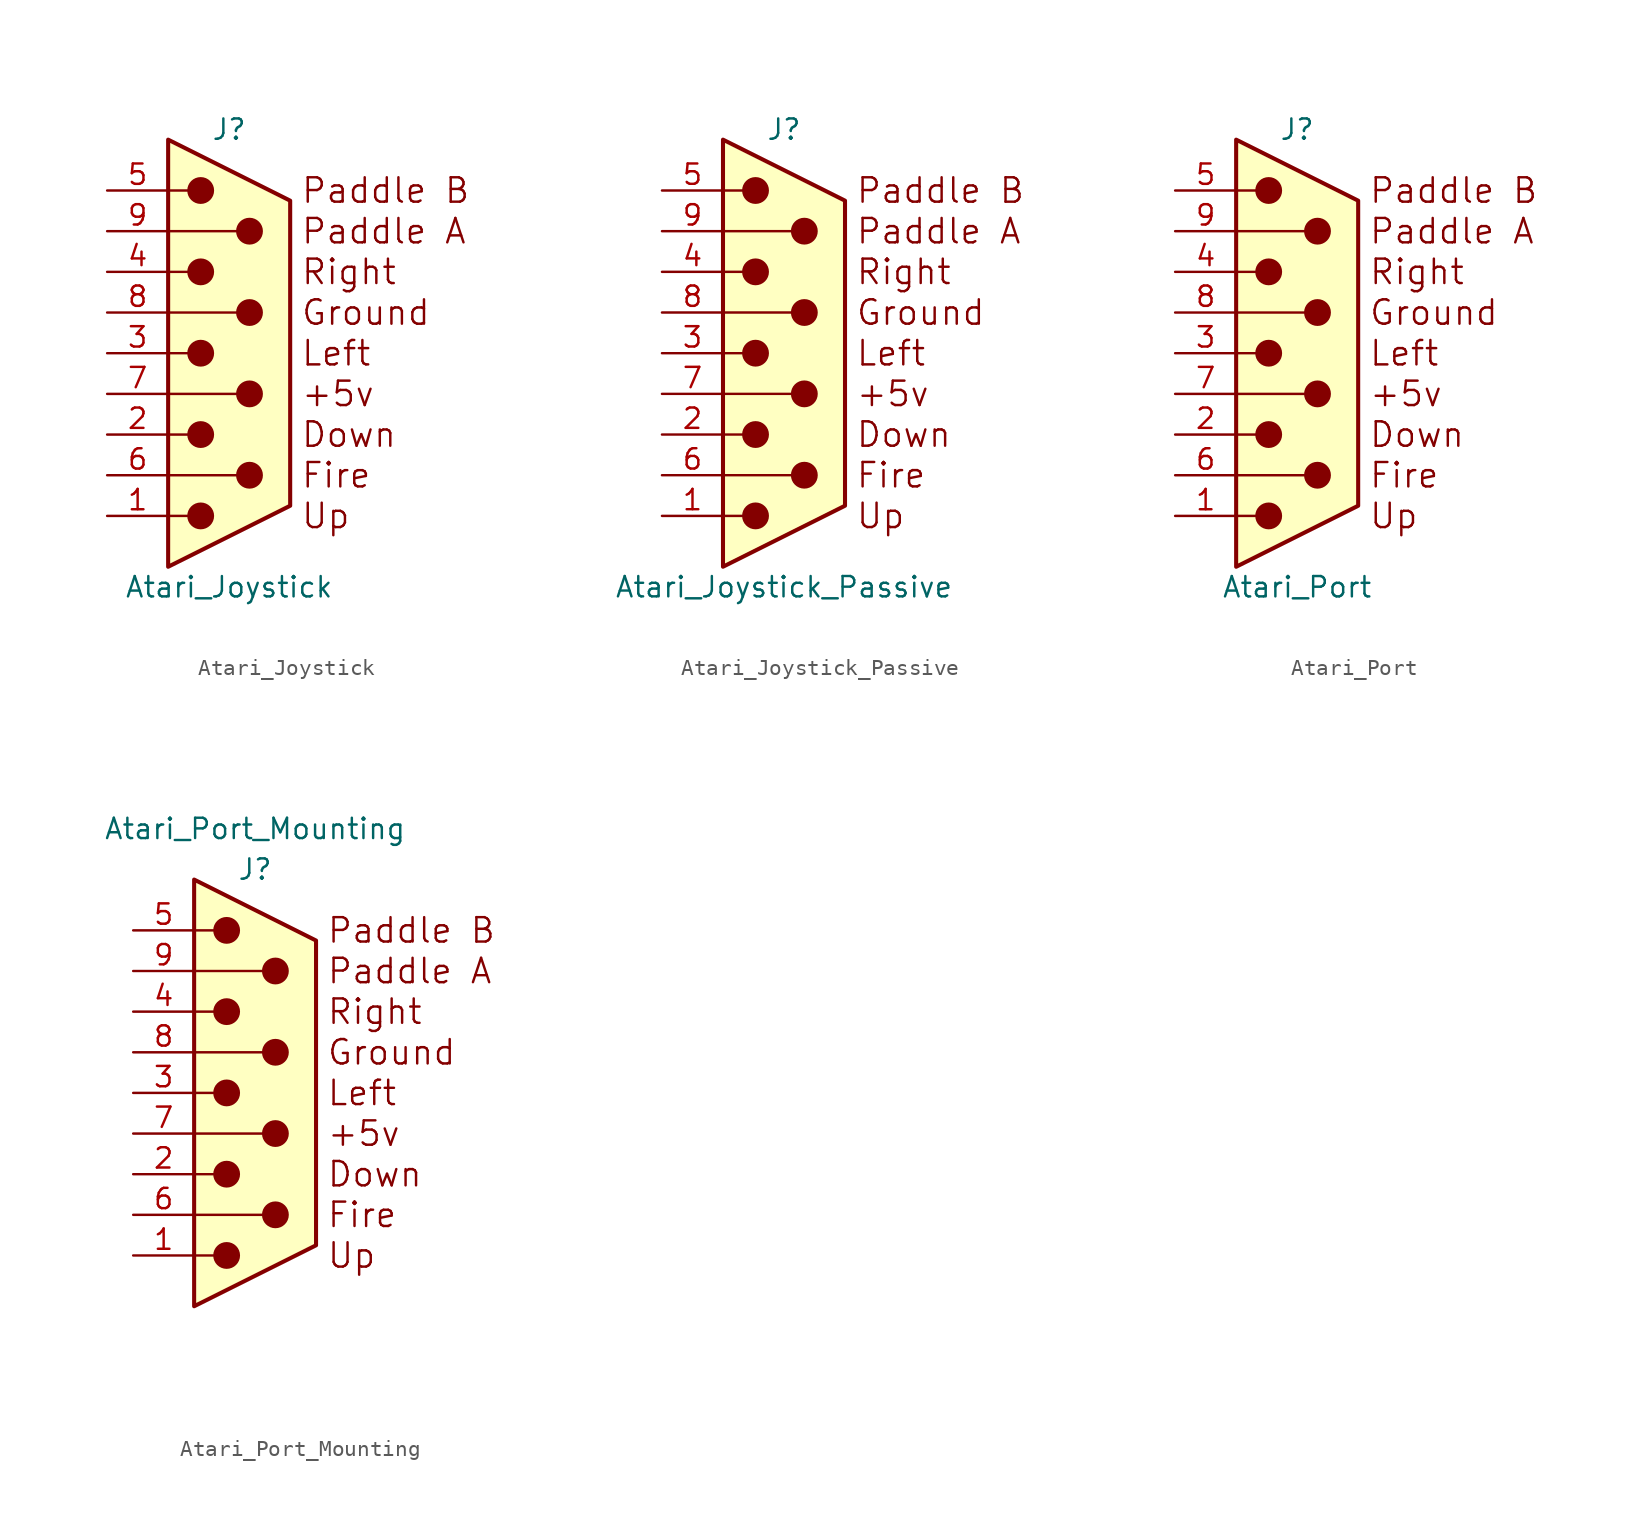
<source format=kicad_sym>
(kicad_symbol_lib
  (version 20231120)
  (generator "kicad_symbol_editor")
  (generator_version "8.0")
  (symbol "Atari_Joystick"
    (pin_names
      (offset 1.016) hide)
    (property "Reference" "J"
      (at 0 13.97 0)
      (effects (font (size 1.27 1.27))))
    (property "Value" "Atari_Joystick"
      (at 0 -14.605 0)
      (effects (font (size 1.27 1.27))))
    (symbol "Atari_Joystick_0_0"
      (text "+5v" (at 4.445 -2.54 0) (effects (font (size 1.524 1.524)) (justify left)))
      (text "Down" (at 4.445 -5.08 0) (effects (font (size 1.524 1.524)) (justify left)))
      (text "Fire" (at 4.445 -7.62 0) (effects (font (size 1.524 1.524)) (justify left)))
      (text "Ground" (at 4.445 2.54 0) (effects (font (size 1.524 1.524)) (justify left)))
      (text "Left" (at 4.445 0 0) (effects (font (size 1.524 1.524)) (justify left)))
      (text "Paddle A" (at 4.445 7.62 0) (effects (font (size 1.524 1.524)) (justify left)))
      (text "Paddle B" (at 4.445 10.16 0) (effects (font (size 1.524 1.524)) (justify left)))
      (text "Right" (at 4.445 5.08 0) (effects (font (size 1.524 1.524)) (justify left)))
      (text "Up" (at 4.445 -10.16 0) (effects (font (size 1.524 1.524)) (justify left))))
    (symbol "Atari_Joystick_0_1"
      (circle (center -1.778 -10.16) (radius 0.762) (stroke (width 0) (type solid)) (fill (type outline)))
      (circle (center -1.778 -5.08) (radius 0.762) (stroke (width 0) (type solid)) (fill (type outline)))
      (circle (center -1.778 0) (radius 0.762) (stroke (width 0) (type solid)) (fill (type outline)))
      (circle (center -1.778 5.08) (radius 0.762) (stroke (width 0) (type solid)) (fill (type outline)))
      (circle (center -1.778 10.16) (radius 0.762) (stroke (width 0) (type solid)) (fill (type outline)))
      (polyline (pts (xy -3.81 -10.16) (xy -2.54 -10.16)) (stroke (width 0) (type solid)) (fill (type none)))
      (polyline (pts (xy -3.81 -7.62) (xy 0.508 -7.62)) (stroke (width 0) (type solid)) (fill (type none)))
      (polyline (pts (xy -3.81 -5.08) (xy -2.54 -5.08)) (stroke (width 0) (type solid)) (fill (type none)))
      (polyline (pts (xy -3.81 -2.54) (xy 0.508 -2.54)) (stroke (width 0) (type solid)) (fill (type none)))
      (polyline (pts (xy -3.81 0) (xy -2.54 0)) (stroke (width 0) (type solid)) (fill (type none)))
      (polyline (pts (xy -3.81 2.54) (xy 0.508 2.54)) (stroke (width 0) (type solid)) (fill (type none)))
      (polyline (pts (xy -3.81 5.08) (xy -2.54 5.08)) (stroke (width 0) (type solid)) (fill (type none)))
      (polyline (pts (xy -3.81 7.62) (xy 0.508 7.62)) (stroke (width 0) (type solid)) (fill (type none)))
      (polyline (pts (xy -3.81 10.16) (xy -2.54 10.16)) (stroke (width 0) (type solid)) (fill (type none)))
      (polyline (pts (xy -3.81 -13.335) (xy -3.81 13.335) (xy 3.81 9.525) (xy 3.81 -9.525) (xy -3.81 -13.335)) (stroke (width 0.254) (type solid)) (fill (type background)))
      (circle (center 1.27 -7.62) (radius 0.762) (stroke (width 0) (type solid)) (fill (type outline)))
      (circle (center 1.27 -2.54) (radius 0.762) (stroke (width 0) (type solid)) (fill (type outline)))
      (circle (center 1.27 2.54) (radius 0.762) (stroke (width 0) (type solid)) (fill (type outline)))
      (circle (center 1.27 7.62) (radius 0.762) (stroke (width 0) (type solid)) (fill (type outline))))
    (symbol "Atari_Joystick_1_1"
      (pin passive line (at -7.62 -10.16 0) (length 3.81) (name "1" (effects (font (size 1.27 1.27)))) (number "1" (effects (font (size 1.27 1.27)))))
      (pin passive line (at -7.62 -5.08 0) (length 3.81) (name "2" (effects (font (size 1.27 1.27)))) (number "2" (effects (font (size 1.27 1.27)))))
      (pin passive line (at -7.62 0 0) (length 3.81) (name "3" (effects (font (size 1.27 1.27)))) (number "3" (effects (font (size 1.27 1.27)))))
      (pin passive line (at -7.62 5.08 0) (length 3.81) (name "4" (effects (font (size 1.27 1.27)))) (number "4" (effects (font (size 1.27 1.27)))))
      (pin passive line (at -7.62 10.16 0) (length 3.81) (name "5" (effects (font (size 1.27 1.27)))) (number "5" (effects (font (size 1.27 1.27)))))
      (pin passive line (at -7.62 -7.62 0) (length 3.81) (name "6" (effects (font (size 1.27 1.27)))) (number "6" (effects (font (size 1.27 1.27)))))
      (pin power_out line (at -7.62 -2.54 0) (length 3.81) (name "VCC" (effects (font (size 1.27 1.27)))) (number "7" (effects (font (size 1.27 1.27)))))
      (pin power_out line (at -7.62 2.54 0) (length 3.81) (name "GND" (effects (font (size 1.27 1.27)))) (number "8" (effects (font (size 1.27 1.27)))))
      (pin passive line (at -7.62 7.62 0) (length 3.81) (name "9" (effects (font (size 1.27 1.27)))) (number "9" (effects (font (size 1.27 1.27)))))))
  (symbol "Atari_Joystick_Passive"
    (pin_names
      (offset 1.016) hide)
    (property "Reference" "J"
      (at 0 13.97 0)
      (effects (font (size 1.27 1.27))))
    (property "Value" "Atari_Joystick_Passive"
      (at 0 -14.605 0)
      (effects (font (size 1.27 1.27))))
    (symbol "Atari_Joystick_Passive_0_0"
      (text "+5v" (at 4.445 -2.54 0) (effects (font (size 1.524 1.524)) (justify left)))
      (text "Down" (at 4.445 -5.08 0) (effects (font (size 1.524 1.524)) (justify left)))
      (text "Fire" (at 4.445 -7.62 0) (effects (font (size 1.524 1.524)) (justify left)))
      (text "Ground" (at 4.445 2.54 0) (effects (font (size 1.524 1.524)) (justify left)))
      (text "Left" (at 4.445 0 0) (effects (font (size 1.524 1.524)) (justify left)))
      (text "Paddle A" (at 4.445 7.62 0) (effects (font (size 1.524 1.524)) (justify left)))
      (text "Paddle B" (at 4.445 10.16 0) (effects (font (size 1.524 1.524)) (justify left)))
      (text "Right" (at 4.445 5.08 0) (effects (font (size 1.524 1.524)) (justify left)))
      (text "Up" (at 4.445 -10.16 0) (effects (font (size 1.524 1.524)) (justify left))))
    (symbol "Atari_Joystick_Passive_0_1"
      (circle (center -1.778 -10.16) (radius 0.762) (stroke (width 0) (type solid)) (fill (type outline)))
      (circle (center -1.778 -5.08) (radius 0.762) (stroke (width 0) (type solid)) (fill (type outline)))
      (circle (center -1.778 0) (radius 0.762) (stroke (width 0) (type solid)) (fill (type outline)))
      (circle (center -1.778 5.08) (radius 0.762) (stroke (width 0) (type solid)) (fill (type outline)))
      (circle (center -1.778 10.16) (radius 0.762) (stroke (width 0) (type solid)) (fill (type outline)))
      (polyline (pts (xy -3.81 -10.16) (xy -2.54 -10.16)) (stroke (width 0) (type solid)) (fill (type none)))
      (polyline (pts (xy -3.81 -7.62) (xy 0.508 -7.62)) (stroke (width 0) (type solid)) (fill (type none)))
      (polyline (pts (xy -3.81 -5.08) (xy -2.54 -5.08)) (stroke (width 0) (type solid)) (fill (type none)))
      (polyline (pts (xy -3.81 -2.54) (xy 0.508 -2.54)) (stroke (width 0) (type solid)) (fill (type none)))
      (polyline (pts (xy -3.81 0) (xy -2.54 0)) (stroke (width 0) (type solid)) (fill (type none)))
      (polyline (pts (xy -3.81 2.54) (xy 0.508 2.54)) (stroke (width 0) (type solid)) (fill (type none)))
      (polyline (pts (xy -3.81 5.08) (xy -2.54 5.08)) (stroke (width 0) (type solid)) (fill (type none)))
      (polyline (pts (xy -3.81 7.62) (xy 0.508 7.62)) (stroke (width 0) (type solid)) (fill (type none)))
      (polyline (pts (xy -3.81 10.16) (xy -2.54 10.16)) (stroke (width 0) (type solid)) (fill (type none)))
      (polyline (pts (xy -3.81 -13.335) (xy -3.81 13.335) (xy 3.81 9.525) (xy 3.81 -9.525) (xy -3.81 -13.335)) (stroke (width 0.254) (type solid)) (fill (type background)))
      (circle (center 1.27 -7.62) (radius 0.762) (stroke (width 0) (type solid)) (fill (type outline)))
      (circle (center 1.27 -2.54) (radius 0.762) (stroke (width 0) (type solid)) (fill (type outline)))
      (circle (center 1.27 2.54) (radius 0.762) (stroke (width 0) (type solid)) (fill (type outline)))
      (circle (center 1.27 7.62) (radius 0.762) (stroke (width 0) (type solid)) (fill (type outline))))
    (symbol "Atari_Joystick_Passive_1_1"
      (pin passive line (at -7.62 -10.16 0) (length 3.81) (name "1" (effects (font (size 1.27 1.27)))) (number "1" (effects (font (size 1.27 1.27)))))
      (pin passive line (at -7.62 -5.08 0) (length 3.81) (name "2" (effects (font (size 1.27 1.27)))) (number "2" (effects (font (size 1.27 1.27)))))
      (pin passive line (at -7.62 0 0) (length 3.81) (name "3" (effects (font (size 1.27 1.27)))) (number "3" (effects (font (size 1.27 1.27)))))
      (pin passive line (at -7.62 5.08 0) (length 3.81) (name "4" (effects (font (size 1.27 1.27)))) (number "4" (effects (font (size 1.27 1.27)))))
      (pin passive line (at -7.62 10.16 0) (length 3.81) (name "5" (effects (font (size 1.27 1.27)))) (number "5" (effects (font (size 1.27 1.27)))))
      (pin passive line (at -7.62 -7.62 0) (length 3.81) (name "6" (effects (font (size 1.27 1.27)))) (number "6" (effects (font (size 1.27 1.27)))))
      (pin power_out line (at -7.62 -2.54 0) (length 3.81) (name "VCC" (effects (font (size 1.27 1.27)))) (number "7" (effects (font (size 1.27 1.27)))))
      (pin power_out line (at -7.62 2.54 0) (length 3.81) (name "GND" (effects (font (size 1.27 1.27)))) (number "8" (effects (font (size 1.27 1.27)))))
      (pin passive line (at -7.62 7.62 0) (length 3.81) (name "9" (effects (font (size 1.27 1.27)))) (number "9" (effects (font (size 1.27 1.27)))))))
  (symbol "Atari_Port"
    (pin_names
      (offset 1.016) hide)
    (property "Reference" "J"
      (at 0 13.97 0)
      (effects (font (size 1.27 1.27))))
    (property "Value" "Atari_Port"
      (at 0 -14.605 0)
      (effects (font (size 1.27 1.27))))
    (symbol "Atari_Port_0_0"
      (text "+5v" (at 4.445 -2.54 0) (effects (font (size 1.524 1.524)) (justify left)))
      (text "Down" (at 4.445 -5.08 0) (effects (font (size 1.524 1.524)) (justify left)))
      (text "Fire" (at 4.445 -7.62 0) (effects (font (size 1.524 1.524)) (justify left)))
      (text "Ground" (at 4.445 2.54 0) (effects (font (size 1.524 1.524)) (justify left)))
      (text "Left" (at 4.445 0 0) (effects (font (size 1.524 1.524)) (justify left)))
      (text "Paddle A" (at 4.445 7.62 0) (effects (font (size 1.524 1.524)) (justify left)))
      (text "Paddle B" (at 4.445 10.16 0) (effects (font (size 1.524 1.524)) (justify left)))
      (text "Right" (at 4.445 5.08 0) (effects (font (size 1.524 1.524)) (justify left)))
      (text "Up" (at 4.445 -10.16 0) (effects (font (size 1.524 1.524)) (justify left))))
    (symbol "Atari_Port_0_1"
      (circle (center -1.778 -10.16) (radius 0.762) (stroke (width 0) (type solid)) (fill (type outline)))
      (circle (center -1.778 -5.08) (radius 0.762) (stroke (width 0) (type solid)) (fill (type outline)))
      (circle (center -1.778 0) (radius 0.762) (stroke (width 0) (type solid)) (fill (type outline)))
      (circle (center -1.778 5.08) (radius 0.762) (stroke (width 0) (type solid)) (fill (type outline)))
      (circle (center -1.778 10.16) (radius 0.762) (stroke (width 0) (type solid)) (fill (type outline)))
      (polyline (pts (xy -3.81 -10.16) (xy -2.54 -10.16)) (stroke (width 0) (type solid)) (fill (type none)))
      (polyline (pts (xy -3.81 -7.62) (xy 0.508 -7.62)) (stroke (width 0) (type solid)) (fill (type none)))
      (polyline (pts (xy -3.81 -5.08) (xy -2.54 -5.08)) (stroke (width 0) (type solid)) (fill (type none)))
      (polyline (pts (xy -3.81 -2.54) (xy 0.508 -2.54)) (stroke (width 0) (type solid)) (fill (type none)))
      (polyline (pts (xy -3.81 0) (xy -2.54 0)) (stroke (width 0) (type solid)) (fill (type none)))
      (polyline (pts (xy -3.81 2.54) (xy 0.508 2.54)) (stroke (width 0) (type solid)) (fill (type none)))
      (polyline (pts (xy -3.81 5.08) (xy -2.54 5.08)) (stroke (width 0) (type solid)) (fill (type none)))
      (polyline (pts (xy -3.81 7.62) (xy 0.508 7.62)) (stroke (width 0) (type solid)) (fill (type none)))
      (polyline (pts (xy -3.81 10.16) (xy -2.54 10.16)) (stroke (width 0) (type solid)) (fill (type none)))
      (polyline (pts (xy -3.81 -13.335) (xy -3.81 13.335) (xy 3.81 9.525) (xy 3.81 -9.525) (xy -3.81 -13.335)) (stroke (width 0.254) (type solid)) (fill (type background)))
      (circle (center 1.27 -7.62) (radius 0.762) (stroke (width 0) (type solid)) (fill (type outline)))
      (circle (center 1.27 -2.54) (radius 0.762) (stroke (width 0) (type solid)) (fill (type outline)))
      (circle (center 1.27 2.54) (radius 0.762) (stroke (width 0) (type solid)) (fill (type outline)))
      (circle (center 1.27 7.62) (radius 0.762) (stroke (width 0) (type solid)) (fill (type outline))))
    (symbol "Atari_Port_1_1"
      (pin passive line (at -7.62 -10.16 0) (length 3.81) (name "1" (effects (font (size 1.27 1.27)))) (number "1" (effects (font (size 1.27 1.27)))))
      (pin passive line (at -7.62 -5.08 0) (length 3.81) (name "2" (effects (font (size 1.27 1.27)))) (number "2" (effects (font (size 1.27 1.27)))))
      (pin passive line (at -7.62 0 0) (length 3.81) (name "3" (effects (font (size 1.27 1.27)))) (number "3" (effects (font (size 1.27 1.27)))))
      (pin passive line (at -7.62 5.08 0) (length 3.81) (name "4" (effects (font (size 1.27 1.27)))) (number "4" (effects (font (size 1.27 1.27)))))
      (pin passive line (at -7.62 10.16 0) (length 3.81) (name "5" (effects (font (size 1.27 1.27)))) (number "5" (effects (font (size 1.27 1.27)))))
      (pin passive line (at -7.62 -7.62 0) (length 3.81) (name "6" (effects (font (size 1.27 1.27)))) (number "6" (effects (font (size 1.27 1.27)))))
      (pin power_in line (at -7.62 -2.54 0) (length 3.81) (name "VCC" (effects (font (size 1.27 1.27)))) (number "7" (effects (font (size 1.27 1.27)))))
      (pin power_in line (at -7.62 2.54 0) (length 3.81) (name "GND" (effects (font (size 1.27 1.27)))) (number "8" (effects (font (size 1.27 1.27)))))
      (pin passive line (at -7.62 7.62 0) (length 3.81) (name "9" (effects (font (size 1.27 1.27)))) (number "9" (effects (font (size 1.27 1.27)))))))
  (symbol "Atari_Port_Mounting"
    (pin_names
      (offset 1.016) hide)
    (property "Reference" "J"
      (at 0 13.97 0)
      (effects (font (size 1.27 1.27))))
    (property "Value" "Atari_Port_Mounting"
      (at 0 16.51 0)
      (effects (font (size 1.27 1.27))))
    (symbol "Atari_Port_Mounting_0_0"
      (text "+5v" (at 4.445 -2.54 0) (effects (font (size 1.524 1.524)) (justify left)))
      (text "Down" (at 4.445 -5.08 0) (effects (font (size 1.524 1.524)) (justify left)))
      (text "Fire" (at 4.445 -7.62 0) (effects (font (size 1.524 1.524)) (justify left)))
      (text "Ground" (at 4.445 2.54 0) (effects (font (size 1.524 1.524)) (justify left)))
      (text "Left" (at 4.445 0 0) (effects (font (size 1.524 1.524)) (justify left)))
      (text "Paddle A" (at 4.445 7.62 0) (effects (font (size 1.524 1.524)) (justify left)))
      (text "Paddle B" (at 4.445 10.16 0) (effects (font (size 1.524 1.524)) (justify left)))
      (text "Right" (at 4.445 5.08 0) (effects (font (size 1.524 1.524)) (justify left)))
      (text "Up" (at 4.445 -10.16 0) (effects (font (size 1.524 1.524)) (justify left))))
    (symbol "Atari_Port_Mounting_0_1"
      (circle (center -1.778 -10.16) (radius 0.762) (stroke (width 0) (type solid)) (fill (type outline)))
      (circle (center -1.778 -5.08) (radius 0.762) (stroke (width 0) (type solid)) (fill (type outline)))
      (circle (center -1.778 0) (radius 0.762) (stroke (width 0) (type solid)) (fill (type outline)))
      (circle (center -1.778 5.08) (radius 0.762) (stroke (width 0) (type solid)) (fill (type outline)))
      (circle (center -1.778 10.16) (radius 0.762) (stroke (width 0) (type solid)) (fill (type outline)))
      (polyline (pts (xy -3.81 -10.16) (xy -2.54 -10.16)) (stroke (width 0) (type solid)) (fill (type none)))
      (polyline (pts (xy -3.81 -7.62) (xy 0.508 -7.62)) (stroke (width 0) (type solid)) (fill (type none)))
      (polyline (pts (xy -3.81 -5.08) (xy -2.54 -5.08)) (stroke (width 0) (type solid)) (fill (type none)))
      (polyline (pts (xy -3.81 -2.54) (xy 0.508 -2.54)) (stroke (width 0) (type solid)) (fill (type none)))
      (polyline (pts (xy -3.81 0) (xy -2.54 0)) (stroke (width 0) (type solid)) (fill (type none)))
      (polyline (pts (xy -3.81 2.54) (xy 0.508 2.54)) (stroke (width 0) (type solid)) (fill (type none)))
      (polyline (pts (xy -3.81 5.08) (xy -2.54 5.08)) (stroke (width 0) (type solid)) (fill (type none)))
      (polyline (pts (xy -3.81 7.62) (xy 0.508 7.62)) (stroke (width 0) (type solid)) (fill (type none)))
      (polyline (pts (xy -3.81 10.16) (xy -2.54 10.16)) (stroke (width 0) (type solid)) (fill (type none)))
      (polyline (pts (xy -3.81 -13.335) (xy -3.81 13.335) (xy 3.81 9.525) (xy 3.81 -9.525) (xy -3.81 -13.335)) (stroke (width 0.254) (type solid)) (fill (type background)))
      (circle (center 1.27 -7.62) (radius 0.762) (stroke (width 0) (type solid)) (fill (type outline)))
      (circle (center 1.27 -2.54) (radius 0.762) (stroke (width 0) (type solid)) (fill (type outline)))
      (circle (center 1.27 2.54) (radius 0.762) (stroke (width 0) (type solid)) (fill (type outline)))
      (circle (center 1.27 7.62) (radius 0.762) (stroke (width 0) (type solid)) (fill (type outline))))
    (symbol "Atari_Port_Mounting_1_1"
      (pin no_connect line (at -3.81 -17.78 90) (length 5.08) hide (name "Mounting" (effects (font (size 1.27 1.27)))) (number "0" (effects (font (size 1.27 1.27)))))
      (pin passive line (at -7.62 -10.16 0) (length 3.81) (name "1" (effects (font (size 1.27 1.27)))) (number "1" (effects (font (size 1.27 1.27)))))
      (pin passive line (at -7.62 -5.08 0) (length 3.81) (name "2" (effects (font (size 1.27 1.27)))) (number "2" (effects (font (size 1.27 1.27)))))
      (pin passive line (at -7.62 0 0) (length 3.81) (name "3" (effects (font (size 1.27 1.27)))) (number "3" (effects (font (size 1.27 1.27)))))
      (pin passive line (at -7.62 5.08 0) (length 3.81) (name "4" (effects (font (size 1.27 1.27)))) (number "4" (effects (font (size 1.27 1.27)))))
      (pin passive line (at -7.62 10.16 0) (length 3.81) (name "5" (effects (font (size 1.27 1.27)))) (number "5" (effects (font (size 1.27 1.27)))))
      (pin passive line (at -7.62 -7.62 0) (length 3.81) (name "6" (effects (font (size 1.27 1.27)))) (number "6" (effects (font (size 1.27 1.27)))))
      (pin power_in line (at -7.62 -2.54 0) (length 3.81) (name "VCC" (effects (font (size 1.27 1.27)))) (number "7" (effects (font (size 1.27 1.27)))))
      (pin power_in line (at -7.62 2.54 0) (length 3.81) (name "GND" (effects (font (size 1.27 1.27)))) (number "8" (effects (font (size 1.27 1.27)))))
      (pin passive line (at -7.62 7.62 0) (length 3.81) (name "9" (effects (font (size 1.27 1.27)))) (number "9" (effects (font (size 1.27 1.27))))))))
</source>
